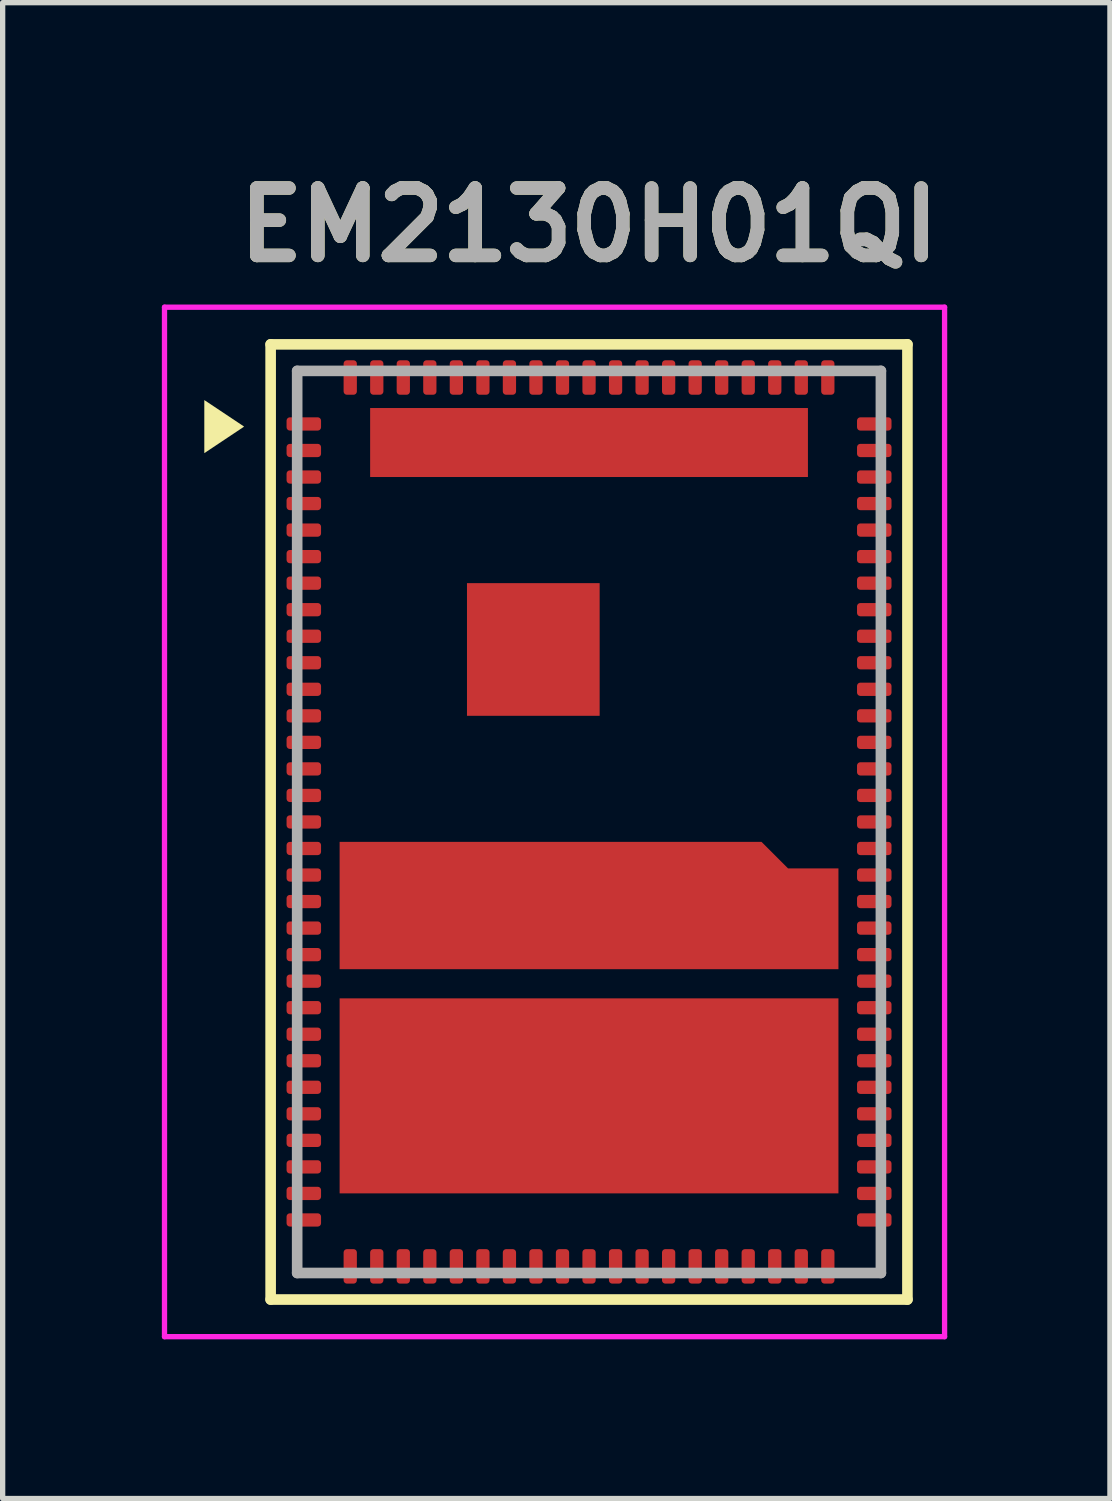
<source format=kicad_pcb>
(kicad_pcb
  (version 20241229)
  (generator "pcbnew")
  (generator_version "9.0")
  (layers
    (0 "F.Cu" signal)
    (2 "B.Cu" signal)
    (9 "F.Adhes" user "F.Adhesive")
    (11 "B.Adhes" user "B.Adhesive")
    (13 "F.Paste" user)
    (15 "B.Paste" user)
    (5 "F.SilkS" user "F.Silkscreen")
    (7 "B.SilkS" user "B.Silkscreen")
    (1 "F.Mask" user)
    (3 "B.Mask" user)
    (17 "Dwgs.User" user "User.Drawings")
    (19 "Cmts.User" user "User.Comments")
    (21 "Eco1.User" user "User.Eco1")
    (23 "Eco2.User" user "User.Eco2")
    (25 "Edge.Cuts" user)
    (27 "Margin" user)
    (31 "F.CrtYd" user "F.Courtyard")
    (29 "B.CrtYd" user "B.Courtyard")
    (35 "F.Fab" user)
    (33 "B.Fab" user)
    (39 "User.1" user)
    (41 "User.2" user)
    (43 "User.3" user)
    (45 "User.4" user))
  (footprint "EM2130H01QI"
    (layer "F.Cu")
    (at 8.05 12.439)
    (property "Reference" "EM2130H01QI" (at 0 -11.25 0) (layer "F.SilkS") (effects (font (size 1.27 1.27) (thickness 0.254))))
    (attr smd)
    (fp_line (start -6 -9) (end -6 9) (stroke (width 0.2) (type solid)) (layer "F.SilkS"))
    (fp_line (start 6 -9) (end -6 -9) (stroke (width 0.2) (type solid)) (layer "F.SilkS"))
    (fp_line (start 6 9) (end -6 9) (stroke (width 0.2) (type solid)) (layer "F.SilkS"))
    (fp_line (start 6 9) (end 6 -9) (stroke (width 0.2) (type solid)) (layer "F.SilkS"))
    (fp_poly (pts (xy -6.5 -7.45) (xy -7.25 -6.95) (xy -7.25 -7.95)) (stroke (width 0) (type solid)) (fill yes) (layer "F.SilkS"))
    (fp_line (start -8 -9.7) (end 6.7 -9.7) (stroke (width 0.1) (type solid)) (layer "F.CrtYd"))
    (fp_line (start -8 9.7) (end -8 -9.7) (stroke (width 0.1) (type solid)) (layer "F.CrtYd"))
    (fp_line (start 6.7 -9.7) (end 6.7 9.7) (stroke (width 0.1) (type solid)) (layer "F.CrtYd"))
    (fp_line (start 6.7 9.7) (end -8 9.7) (stroke (width 0.1) (type solid)) (layer "F.CrtYd"))
    (fp_line (start -5.5 -8.5) (end -5.5 8.5) (stroke (width 0.2) (type solid)) (layer "F.Fab"))
    (fp_line (start -5.5 8.5) (end 5.5 8.5) (stroke (width 0.2) (type solid)) (layer "F.Fab"))
    (fp_line (start 5.5 -8.5) (end -5.5 -8.5) (stroke (width 0.2) (type solid)) (layer "F.Fab"))
    (fp_line (start 5.5 8.5) (end 5.5 -8.5) (stroke (width 0.2) (type solid)) (layer "F.Fab"))
    (fp_text user "${REFERENCE}" (at 0 -11.25 0) (layer "F.Fab") (effects (font (size 1.27 1.27) (thickness 0.254))))
    (pad "1" smd roundrect (at -5.375 -7.5 90) (size 0.25 0.65) (layers "F.Cu" "F.Mask" "F.Paste") (roundrect_rratio 0.25))
    (pad "2" smd roundrect (at -5.375 -7 90) (size 0.25 0.65) (layers "F.Cu" "F.Mask" "F.Paste") (roundrect_rratio 0.25))
    (pad "3" smd roundrect (at -5.375 -6.5 90) (size 0.25 0.65) (layers "F.Cu" "F.Mask" "F.Paste") (roundrect_rratio 0.25))
    (pad "4" smd roundrect (at -5.375 -6 90) (size 0.25 0.65) (layers "F.Cu" "F.Mask" "F.Paste") (roundrect_rratio 0.25))
    (pad "5" smd roundrect (at -5.375 -5.5 90) (size 0.25 0.65) (layers "F.Cu" "F.Mask" "F.Paste") (roundrect_rratio 0.25))
    (pad "6" smd roundrect (at -5.375 -5 90) (size 0.25 0.65) (layers "F.Cu" "F.Mask" "F.Paste") (roundrect_rratio 0.25))
    (pad "7" smd roundrect (at -5.375 -4.5 90) (size 0.25 0.65) (layers "F.Cu" "F.Mask" "F.Paste") (roundrect_rratio 0.25))
    (pad "8" smd roundrect (at -5.375 -4 90) (size 0.25 0.65) (layers "F.Cu" "F.Mask" "F.Paste") (roundrect_rratio 0.25))
    (pad "9" smd roundrect (at -5.375 -3.5 90) (size 0.25 0.65) (layers "F.Cu" "F.Mask" "F.Paste") (roundrect_rratio 0.25))
    (pad "10" smd roundrect (at -5.375 -3 90) (size 0.25 0.65) (layers "F.Cu" "F.Mask" "F.Paste") (roundrect_rratio 0.25))
    (pad "11" smd roundrect (at -5.375 -2.5 90) (size 0.25 0.65) (layers "F.Cu" "F.Mask" "F.Paste") (roundrect_rratio 0.25))
    (pad "12" smd roundrect (at -5.375 -2 90) (size 0.25 0.65) (layers "F.Cu" "F.Mask" "F.Paste") (roundrect_rratio 0.25))
    (pad "13" smd roundrect (at -5.375 -1.5 90) (size 0.25 0.65) (layers "F.Cu" "F.Mask" "F.Paste") (roundrect_rratio 0.25))
    (pad "14" smd roundrect (at -5.375 -1 90) (size 0.25 0.65) (layers "F.Cu" "F.Mask" "F.Paste") (roundrect_rratio 0.25))
    (pad "15" smd roundrect (at -5.375 -0.5 90) (size 0.25 0.65) (layers "F.Cu" "F.Mask" "F.Paste") (roundrect_rratio 0.25))
    (pad "16" smd roundrect (at -5.375 0 90) (size 0.25 0.65) (layers "F.Cu" "F.Mask" "F.Paste") (roundrect_rratio 0.25))
    (pad "17" smd roundrect (at -5.375 0.5 90) (size 0.25 0.65) (layers "F.Cu" "F.Mask" "F.Paste") (roundrect_rratio 0.25))
    (pad "18" smd roundrect (at -5.375 1 90) (size 0.25 0.65) (layers "F.Cu" "F.Mask" "F.Paste") (roundrect_rratio 0.25))
    (pad "19" smd roundrect (at -5.375 1.5 90) (size 0.25 0.65) (layers "F.Cu" "F.Mask" "F.Paste") (roundrect_rratio 0.25))
    (pad "20" smd roundrect (at -5.375 2 90) (size 0.25 0.65) (layers "F.Cu" "F.Mask" "F.Paste") (roundrect_rratio 0.25))
    (pad "21" smd roundrect (at -5.375 2.5 90) (size 0.25 0.65) (layers "F.Cu" "F.Mask" "F.Paste") (roundrect_rratio 0.25))
    (pad "22" smd roundrect (at -5.375 3 90) (size 0.25 0.65) (layers "F.Cu" "F.Mask" "F.Paste") (roundrect_rratio 0.25))
    (pad "23" smd roundrect (at -5.375 3.5 90) (size 0.25 0.65) (layers "F.Cu" "F.Mask" "F.Paste") (roundrect_rratio 0.25))
    (pad "24" smd roundrect (at -5.375 4 90) (size 0.25 0.65) (layers "F.Cu" "F.Mask" "F.Paste") (roundrect_rratio 0.25))
    (pad "25" smd roundrect (at -5.375 4.5 90) (size 0.25 0.65) (layers "F.Cu" "F.Mask" "F.Paste") (roundrect_rratio 0.25))
    (pad "26" smd roundrect (at -5.375 5 90) (size 0.25 0.65) (layers "F.Cu" "F.Mask" "F.Paste") (roundrect_rratio 0.25))
    (pad "27" smd roundrect (at -5.375 5.5 90) (size 0.25 0.65) (layers "F.Cu" "F.Mask" "F.Paste") (roundrect_rratio 0.25))
    (pad "28" smd roundrect (at -5.375 6 90) (size 0.25 0.65) (layers "F.Cu" "F.Mask" "F.Paste") (roundrect_rratio 0.25))
    (pad "29" smd roundrect (at -5.375 6.5 90) (size 0.25 0.65) (layers "F.Cu" "F.Mask" "F.Paste") (roundrect_rratio 0.25))
    (pad "30" smd roundrect (at -5.375 7 90) (size 0.25 0.65) (layers "F.Cu" "F.Mask" "F.Paste") (roundrect_rratio 0.25))
    (pad "31" smd roundrect (at -5.375 7.5 90) (size 0.25 0.65) (layers "F.Cu" "F.Mask" "F.Paste") (roundrect_rratio 0.25))
    (pad "32" smd roundrect (at -4.5 8.375) (size 0.25 0.65) (layers "F.Cu" "F.Mask" "F.Paste") (roundrect_rratio 0.25))
    (pad "33" smd roundrect (at -4 8.375) (size 0.25 0.65) (layers "F.Cu" "F.Mask" "F.Paste") (roundrect_rratio 0.25))
    (pad "34" smd roundrect (at -3.5 8.375) (size 0.25 0.65) (layers "F.Cu" "F.Mask" "F.Paste") (roundrect_rratio 0.25))
    (pad "35" smd roundrect (at -3 8.375) (size 0.25 0.65) (layers "F.Cu" "F.Mask" "F.Paste") (roundrect_rratio 0.25))
    (pad "36" smd roundrect (at -2.5 8.375) (size 0.25 0.65) (layers "F.Cu" "F.Mask" "F.Paste") (roundrect_rratio 0.25))
    (pad "37" smd roundrect (at -2 8.375) (size 0.25 0.65) (layers "F.Cu" "F.Mask" "F.Paste") (roundrect_rratio 0.25))
    (pad "38" smd roundrect (at -1.5 8.375) (size 0.25 0.65) (layers "F.Cu" "F.Mask" "F.Paste") (roundrect_rratio 0.25))
    (pad "39" smd roundrect (at -1 8.375) (size 0.25 0.65) (layers "F.Cu" "F.Mask" "F.Paste") (roundrect_rratio 0.25))
    (pad "40" smd roundrect (at -0.5 8.375) (size 0.25 0.65) (layers "F.Cu" "F.Mask" "F.Paste") (roundrect_rratio 0.25))
    (pad "41" smd roundrect (at 0 8.375) (size 0.25 0.65) (layers "F.Cu" "F.Mask" "F.Paste") (roundrect_rratio 0.25))
    (pad "42" smd roundrect (at 0.5 8.375) (size 0.25 0.65) (layers "F.Cu" "F.Mask" "F.Paste") (roundrect_rratio 0.25))
    (pad "43" smd roundrect (at 1 8.375) (size 0.25 0.65) (layers "F.Cu" "F.Mask" "F.Paste") (roundrect_rratio 0.25))
    (pad "44" smd roundrect (at 1.5 8.375) (size 0.25 0.65) (layers "F.Cu" "F.Mask" "F.Paste") (roundrect_rratio 0.25))
    (pad "45" smd roundrect (at 2 8.375) (size 0.25 0.65) (layers "F.Cu" "F.Mask" "F.Paste") (roundrect_rratio 0.25))
    (pad "46" smd roundrect (at 2.5 8.375) (size 0.25 0.65) (layers "F.Cu" "F.Mask" "F.Paste") (roundrect_rratio 0.25))
    (pad "47" smd roundrect (at 3 8.375) (size 0.25 0.65) (layers "F.Cu" "F.Mask" "F.Paste") (roundrect_rratio 0.25))
    (pad "48" smd roundrect (at 3.5 8.375) (size 0.25 0.65) (layers "F.Cu" "F.Mask" "F.Paste") (roundrect_rratio 0.25))
    (pad "49" smd roundrect (at 4 8.375) (size 0.25 0.65) (layers "F.Cu" "F.Mask" "F.Paste") (roundrect_rratio 0.25))
    (pad "50" smd roundrect (at 4.5 8.375) (size 0.25 0.65) (layers "F.Cu" "F.Mask" "F.Paste") (roundrect_rratio 0.25))
    (pad "51" smd roundrect (at 5.375 7.5 90) (size 0.25 0.65) (layers "F.Cu" "F.Mask" "F.Paste") (roundrect_rratio 0.25))
    (pad "52" smd roundrect (at 5.375 7 90) (size 0.25 0.65) (layers "F.Cu" "F.Mask" "F.Paste") (roundrect_rratio 0.25))
    (pad "53" smd roundrect (at 5.375 6.5 90) (size 0.25 0.65) (layers "F.Cu" "F.Mask" "F.Paste") (roundrect_rratio 0.25))
    (pad "54" smd roundrect (at 5.375 6 90) (size 0.25 0.65) (layers "F.Cu" "F.Mask" "F.Paste") (roundrect_rratio 0.25))
    (pad "55" smd roundrect (at 5.375 5.5 90) (size 0.25 0.65) (layers "F.Cu" "F.Mask" "F.Paste") (roundrect_rratio 0.25))
    (pad "56" smd roundrect (at 5.375 5 90) (size 0.25 0.65) (layers "F.Cu" "F.Mask" "F.Paste") (roundrect_rratio 0.25))
    (pad "57" smd roundrect (at 5.375 4.5 90) (size 0.25 0.65) (layers "F.Cu" "F.Mask" "F.Paste") (roundrect_rratio 0.25))
    (pad "58" smd roundrect (at 5.375 4 90) (size 0.25 0.65) (layers "F.Cu" "F.Mask" "F.Paste") (roundrect_rratio 0.25))
    (pad "59" smd roundrect (at 5.375 3.5 90) (size 0.25 0.65) (layers "F.Cu" "F.Mask" "F.Paste") (roundrect_rratio 0.25))
    (pad "60" smd roundrect (at 5.375 3 90) (size 0.25 0.65) (layers "F.Cu" "F.Mask" "F.Paste") (roundrect_rratio 0.25))
    (pad "61" smd roundrect (at 5.375 2.5 90) (size 0.25 0.65) (layers "F.Cu" "F.Mask" "F.Paste") (roundrect_rratio 0.25))
    (pad "62" smd roundrect (at 5.375 2 90) (size 0.25 0.65) (layers "F.Cu" "F.Mask" "F.Paste") (roundrect_rratio 0.25))
    (pad "63" smd roundrect (at 5.375 1.5 90) (size 0.25 0.65) (layers "F.Cu" "F.Mask" "F.Paste") (roundrect_rratio 0.25))
    (pad "64" smd roundrect (at 5.375 1 90) (size 0.25 0.65) (layers "F.Cu" "F.Mask" "F.Paste") (roundrect_rratio 0.25))
    (pad "65" smd roundrect (at 5.375 0.5 90) (size 0.25 0.65) (layers "F.Cu" "F.Mask" "F.Paste") (roundrect_rratio 0.25))
    (pad "66" smd roundrect (at 5.375 0 90) (size 0.25 0.65) (layers "F.Cu" "F.Mask" "F.Paste") (roundrect_rratio 0.25))
    (pad "67" smd roundrect (at 5.375 -0.5 90) (size 0.25 0.65) (layers "F.Cu" "F.Mask" "F.Paste") (roundrect_rratio 0.25))
    (pad "68" smd roundrect (at 5.375 -1 90) (size 0.25 0.65) (layers "F.Cu" "F.Mask" "F.Paste") (roundrect_rratio 0.25))
    (pad "69" smd roundrect (at 5.375 -1.5 90) (size 0.25 0.65) (layers "F.Cu" "F.Mask" "F.Paste") (roundrect_rratio 0.25))
    (pad "70" smd roundrect (at 5.375 -2 90) (size 0.25 0.65) (layers "F.Cu" "F.Mask" "F.Paste") (roundrect_rratio 0.25))
    (pad "71" smd roundrect (at 5.375 -2.5 90) (size 0.25 0.65) (layers "F.Cu" "F.Mask" "F.Paste") (roundrect_rratio 0.25))
    (pad "72" smd roundrect (at 5.375 -3 90) (size 0.25 0.65) (layers "F.Cu" "F.Mask" "F.Paste") (roundrect_rratio 0.25))
    (pad "73" smd roundrect (at 5.375 -3.5 90) (size 0.25 0.65) (layers "F.Cu" "F.Mask" "F.Paste") (roundrect_rratio 0.25))
    (pad "74" smd roundrect (at 5.375 -4 90) (size 0.25 0.65) (layers "F.Cu" "F.Mask" "F.Paste") (roundrect_rratio 0.25))
    (pad "75" smd roundrect (at 5.375 -4.5 90) (size 0.25 0.65) (layers "F.Cu" "F.Mask" "F.Paste") (roundrect_rratio 0.25))
    (pad "76" smd roundrect (at 5.375 -5 90) (size 0.25 0.65) (layers "F.Cu" "F.Mask" "F.Paste") (roundrect_rratio 0.25))
    (pad "77" smd roundrect (at 5.375 -5.5 90) (size 0.25 0.65) (layers "F.Cu" "F.Mask" "F.Paste") (roundrect_rratio 0.25))
    (pad "78" smd roundrect (at 5.375 -6 90) (size 0.25 0.65) (layers "F.Cu" "F.Mask" "F.Paste") (roundrect_rratio 0.25))
    (pad "79" smd roundrect (at 5.375 -6.5 90) (size 0.25 0.65) (layers "F.Cu" "F.Mask" "F.Paste") (roundrect_rratio 0.25))
    (pad "80" smd roundrect (at 5.375 -7 90) (size 0.25 0.65) (layers "F.Cu" "F.Mask" "F.Paste") (roundrect_rratio 0.25))
    (pad "81" smd roundrect (at 5.375 -7.5 90) (size 0.25 0.65) (layers "F.Cu" "F.Mask" "F.Paste") (roundrect_rratio 0.25))
    (pad "82" smd roundrect (at 4.5 -8.375) (size 0.25 0.65) (layers "F.Cu" "F.Mask" "F.Paste") (roundrect_rratio 0.25))
    (pad "83" smd roundrect (at 4 -8.375) (size 0.25 0.65) (layers "F.Cu" "F.Mask" "F.Paste") (roundrect_rratio 0.25))
    (pad "84" smd roundrect (at 3.5 -8.375) (size 0.25 0.65) (layers "F.Cu" "F.Mask" "F.Paste") (roundrect_rratio 0.25))
    (pad "85" smd roundrect (at 3 -8.375) (size 0.25 0.65) (layers "F.Cu" "F.Mask" "F.Paste") (roundrect_rratio 0.25))
    (pad "86" smd roundrect (at 2.5 -8.375) (size 0.25 0.65) (layers "F.Cu" "F.Mask" "F.Paste") (roundrect_rratio 0.25))
    (pad "87" smd roundrect (at 2 -8.375) (size 0.25 0.65) (layers "F.Cu" "F.Mask" "F.Paste") (roundrect_rratio 0.25))
    (pad "88" smd roundrect (at 1.5 -8.375) (size 0.25 0.65) (layers "F.Cu" "F.Mask" "F.Paste") (roundrect_rratio 0.25))
    (pad "89" smd roundrect (at 1 -8.375) (size 0.25 0.65) (layers "F.Cu" "F.Mask" "F.Paste") (roundrect_rratio 0.25))
    (pad "90" smd roundrect (at 0.5 -8.375) (size 0.25 0.65) (layers "F.Cu" "F.Mask" "F.Paste") (roundrect_rratio 0.25))
    (pad "91" smd roundrect (at 0 -8.375) (size 0.25 0.65) (layers "F.Cu" "F.Mask" "F.Paste") (roundrect_rratio 0.25))
    (pad "92" smd roundrect (at -0.5 -8.375) (size 0.25 0.65) (layers "F.Cu" "F.Mask" "F.Paste") (roundrect_rratio 0.25))
    (pad "93" smd roundrect (at -1 -8.375) (size 0.25 0.65) (layers "F.Cu" "F.Mask" "F.Paste") (roundrect_rratio 0.25))
    (pad "94" smd roundrect (at -1.5 -8.375) (size 0.25 0.65) (layers "F.Cu" "F.Mask" "F.Paste") (roundrect_rratio 0.25))
    (pad "95" smd roundrect (at -2 -8.375) (size 0.25 0.65) (layers "F.Cu" "F.Mask" "F.Paste") (roundrect_rratio 0.25))
    (pad "96" smd roundrect (at -2.5 -8.375) (size 0.25 0.65) (layers "F.Cu" "F.Mask" "F.Paste") (roundrect_rratio 0.25))
    (pad "97" smd roundrect (at -3 -8.375) (size 0.25 0.65) (layers "F.Cu" "F.Mask" "F.Paste") (roundrect_rratio 0.25))
    (pad "98" smd roundrect (at -3.5 -8.375) (size 0.25 0.65) (layers "F.Cu" "F.Mask" "F.Paste") (roundrect_rratio 0.25))
    (pad "99" smd roundrect (at -4 -8.375) (size 0.25 0.65) (layers "F.Cu" "F.Mask" "F.Paste") (roundrect_rratio 0.25))
    (pad "100" smd roundrect (at -4.5 -8.375) (size 0.25 0.65) (layers "F.Cu" "F.Mask" "F.Paste") (roundrect_rratio 0.25))
    (pad "101" smd rect (at 0 -7.15 90) (size 1.3 8.25) (layers "F.Cu" "F.Mask" "F.Paste"))
    (pad "102" smd rect (at -1.05 -3.25 90) (size 2.5 2.5) (layers "F.Cu" "F.Mask" "F.Paste"))
    (pad "103" smd custom (at 0 1.825) (size 9.4 1.9) (layers "F.Cu" "F.Mask" "F.Paste") (options (anchor rect)) (primitives (gr_poly (pts (xy 3.825 -0.875) (xy 3.75 0.725) (xy -4.7 0.725) (xy -4.7 -1.125) (xy -4.7 -1.45) (xy 3.25 -1.45)) (width 0) (fill yes))))
    (pad "104" smd rect (at 0 5.162 90) (size 3.675 9.4) (layers "F.Cu" "F.Mask" "F.Paste")))
  (gr_rect
    (start -3 -3)
    (end 17.866 25.189)
    (stroke (width 0.1) (type default))
    (fill no)
    (layer "Edge.Cuts")))
</source>
